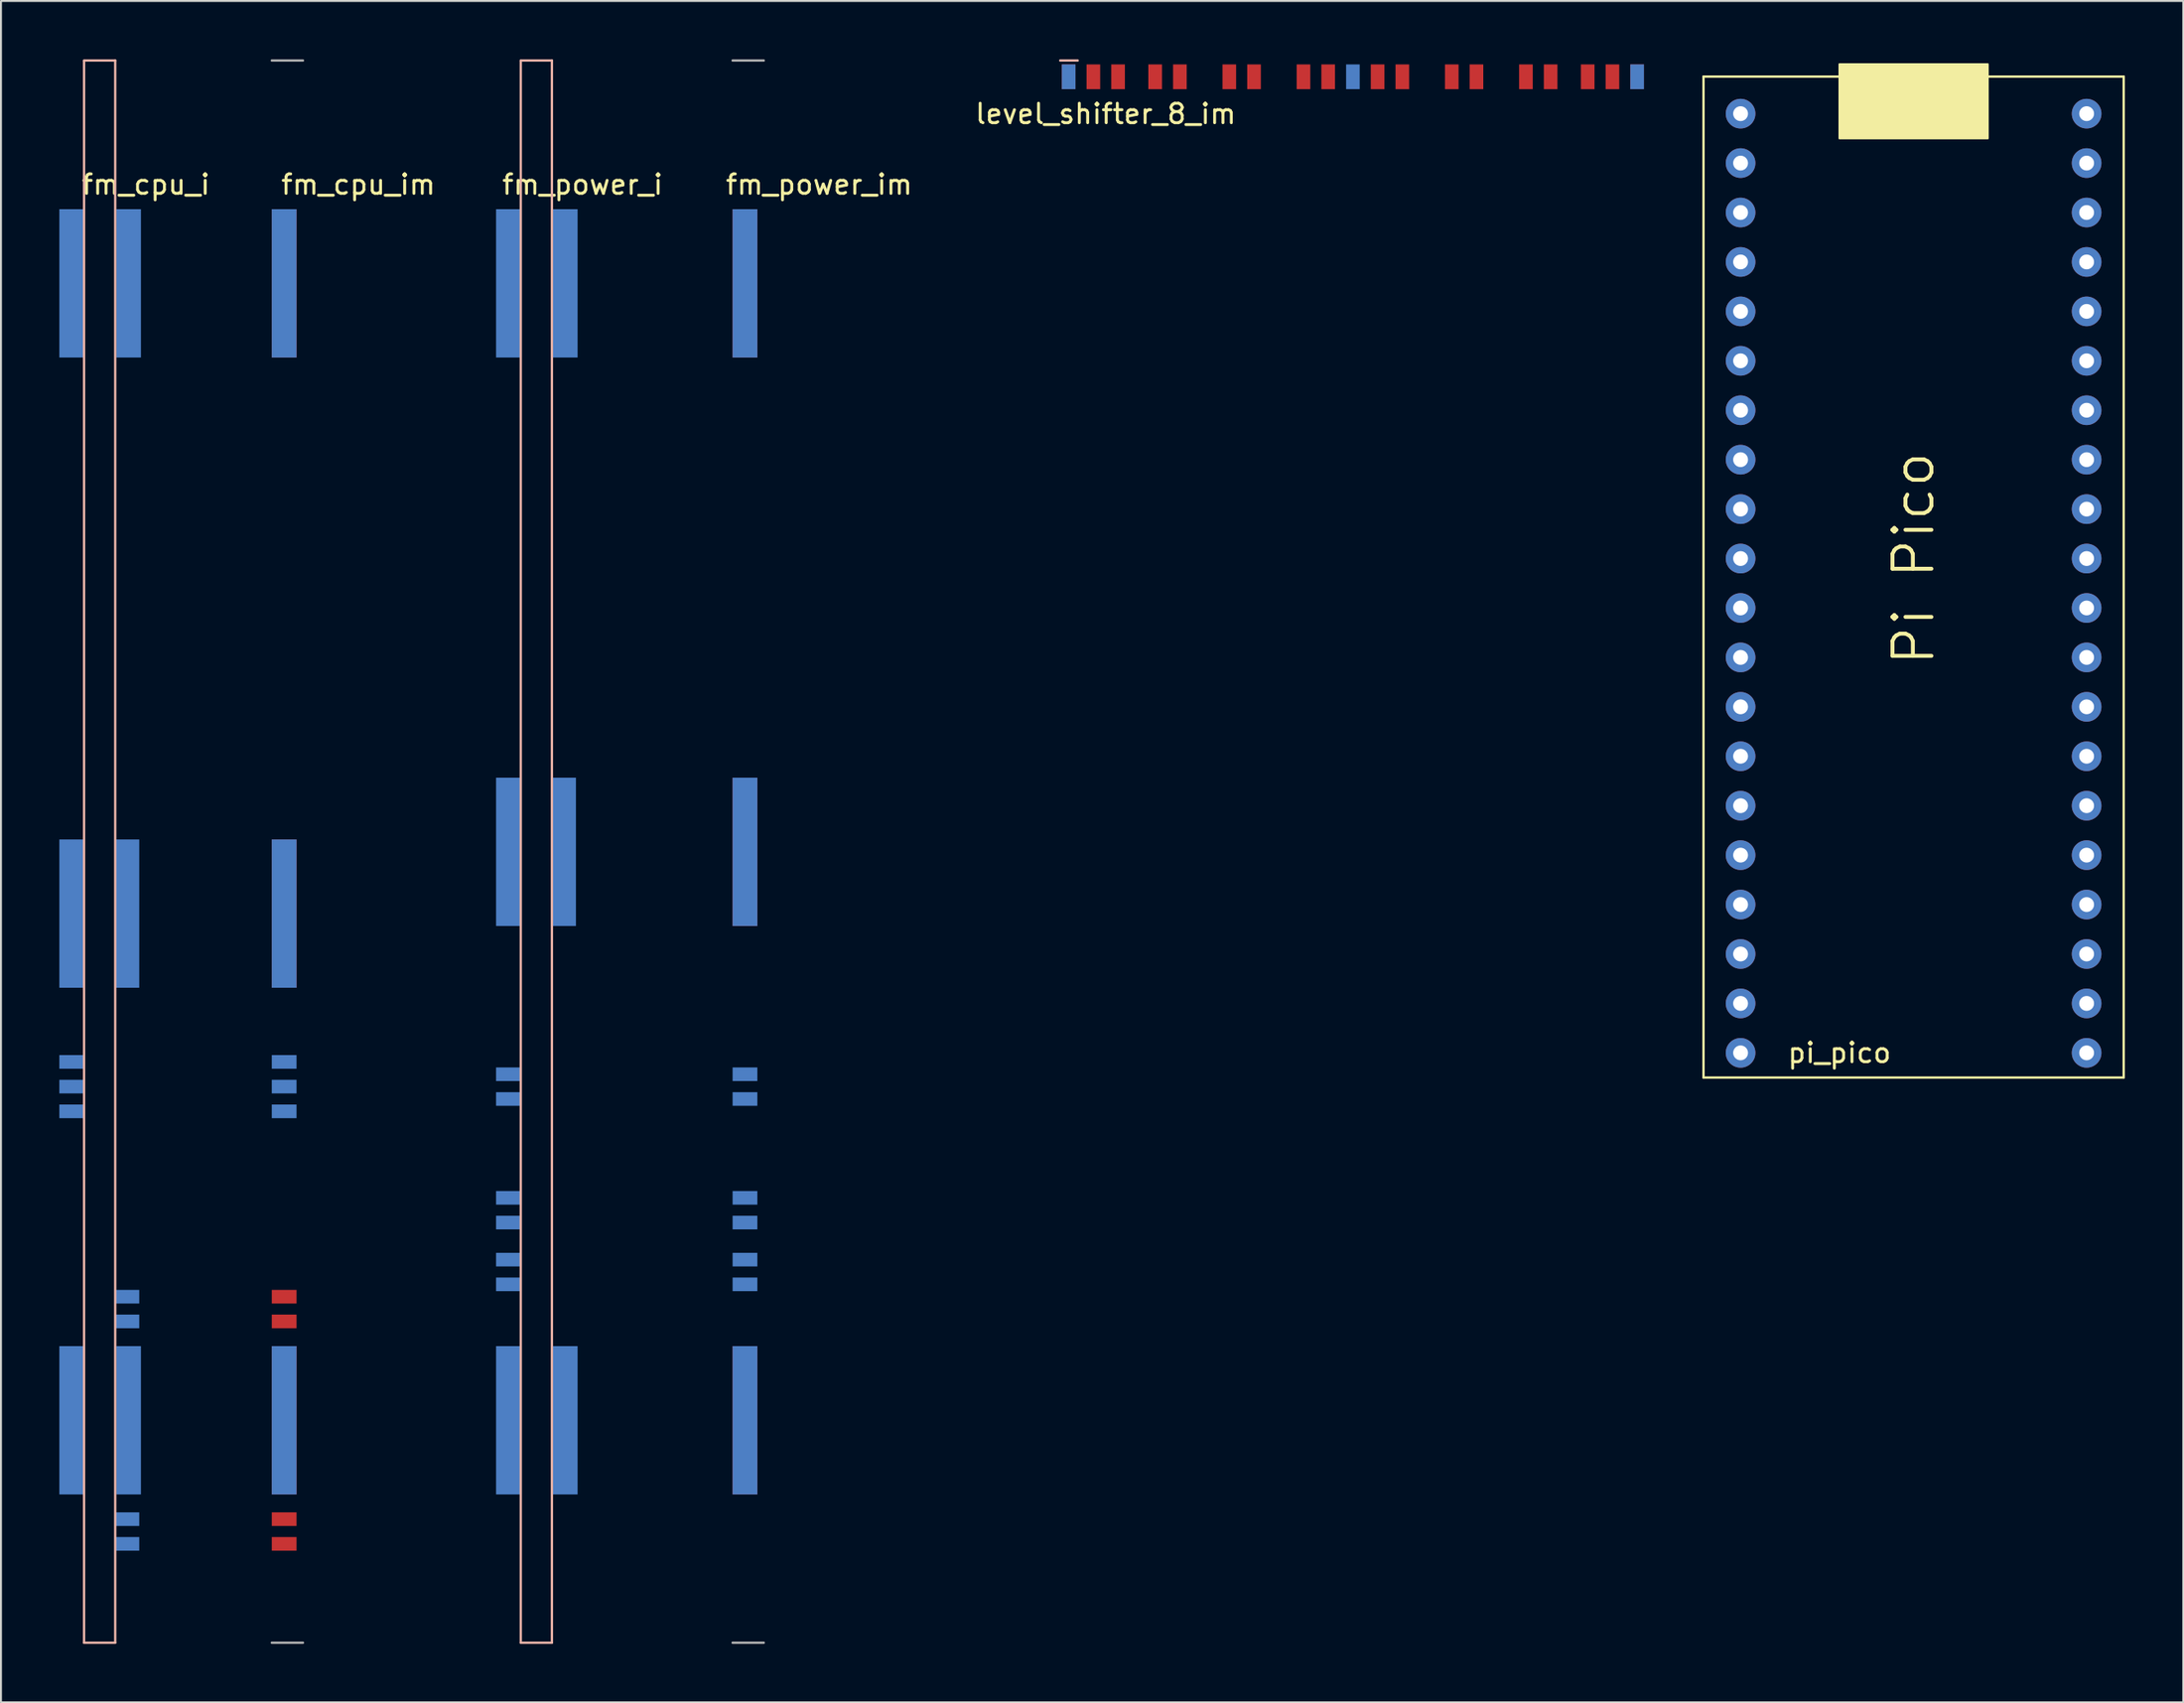
<source format=kicad_pcb>
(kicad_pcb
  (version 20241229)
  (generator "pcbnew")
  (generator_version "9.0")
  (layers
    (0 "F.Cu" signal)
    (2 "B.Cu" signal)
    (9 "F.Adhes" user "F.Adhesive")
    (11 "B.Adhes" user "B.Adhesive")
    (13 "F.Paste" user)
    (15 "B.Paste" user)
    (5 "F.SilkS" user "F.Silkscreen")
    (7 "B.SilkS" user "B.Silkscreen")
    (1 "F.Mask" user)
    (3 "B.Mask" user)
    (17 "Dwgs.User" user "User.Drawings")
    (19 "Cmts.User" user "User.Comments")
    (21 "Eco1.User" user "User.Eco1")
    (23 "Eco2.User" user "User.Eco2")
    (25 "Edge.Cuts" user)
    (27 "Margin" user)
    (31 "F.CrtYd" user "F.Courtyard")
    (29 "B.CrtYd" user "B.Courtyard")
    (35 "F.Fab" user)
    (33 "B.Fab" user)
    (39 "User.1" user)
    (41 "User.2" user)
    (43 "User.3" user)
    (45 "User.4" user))
  (footprint "pi_pico"
    (layer "F.Cu")
    (at 91.464 0.25)
    (property "Reference" "pi_pico" (at 0 50.8 0) (layer "F.SilkS") (effects (font (size 1 1) (thickness 0.15))))
    (attr through_hole)
    (fp_line (start -6.985 0.635) (end -6.985 52.07) (stroke (width 0.12) (type solid)) (layer "F.SilkS"))
    (fp_line (start -6.985 52.07) (end 14.605 52.07) (stroke (width 0.12) (type solid)) (layer "F.SilkS"))
    (fp_line (start 14.605 0.635) (end -6.985 0.635) (stroke (width 0.12) (type solid)) (layer "F.SilkS"))
    (fp_line (start 14.605 52.07) (end 14.605 0.635) (stroke (width 0.12) (type solid)) (layer "F.SilkS"))
    (fp_poly (pts (xy 7.62 3.81) (xy 0 3.81) (xy 0 0) (xy 7.62 0)) (stroke (width 0.1) (type solid)) (fill yes) (layer "F.SilkS"))
    (fp_text user "Pi Pico" (at 3.81 25.4 90) (layer "F.SilkS") (effects (font (size 2 2) (thickness 0.2))))
    (pad "1" thru_hole circle (at -5.08 2.54) (size 1.524 1.524) (drill 0.762) (layers "*.Cu" "*.Mask"))
    (pad "2" thru_hole circle (at -5.08 5.08) (size 1.524 1.524) (drill 0.762) (layers "*.Cu" "*.Mask"))
    (pad "3" thru_hole circle (at -5.08 7.62) (size 1.524 1.524) (drill 0.762) (layers "*.Cu" "*.Mask"))
    (pad "4" thru_hole circle (at -5.08 10.16) (size 1.524 1.524) (drill 0.762) (layers "*.Cu" "*.Mask"))
    (pad "5" thru_hole circle (at -5.08 12.7) (size 1.524 1.524) (drill 0.762) (layers "*.Cu" "*.Mask"))
    (pad "6" thru_hole circle (at -5.08 15.24) (size 1.524 1.524) (drill 0.762) (layers "*.Cu" "*.Mask"))
    (pad "7" thru_hole circle (at -5.08 17.78) (size 1.524 1.524) (drill 0.762) (layers "*.Cu" "*.Mask"))
    (pad "8" thru_hole circle (at -5.08 20.32) (size 1.524 1.524) (drill 0.762) (layers "*.Cu" "*.Mask"))
    (pad "9" thru_hole circle (at -5.08 22.86) (size 1.524 1.524) (drill 0.762) (layers "*.Cu" "*.Mask"))
    (pad "10" thru_hole circle (at -5.08 25.4) (size 1.524 1.524) (drill 0.762) (layers "*.Cu" "*.Mask"))
    (pad "11" thru_hole circle (at -5.08 27.94) (size 1.524 1.524) (drill 0.762) (layers "*.Cu" "*.Mask"))
    (pad "12" thru_hole circle (at -5.08 30.48) (size 1.524 1.524) (drill 0.762) (layers "*.Cu" "*.Mask"))
    (pad "13" thru_hole circle (at -5.08 33.02) (size 1.524 1.524) (drill 0.762) (layers "*.Cu" "*.Mask"))
    (pad "14" thru_hole circle (at -5.08 35.56) (size 1.524 1.524) (drill 0.762) (layers "*.Cu" "*.Mask"))
    (pad "15" thru_hole circle (at -5.08 38.1) (size 1.524 1.524) (drill 0.762) (layers "*.Cu" "*.Mask"))
    (pad "16" thru_hole circle (at -5.08 40.64) (size 1.524 1.524) (drill 0.762) (layers "*.Cu" "*.Mask"))
    (pad "17" thru_hole circle (at -5.08 43.18) (size 1.524 1.524) (drill 0.762) (layers "*.Cu" "*.Mask"))
    (pad "18" thru_hole circle (at -5.08 45.72) (size 1.524 1.524) (drill 0.762) (layers "*.Cu" "*.Mask"))
    (pad "19" thru_hole circle (at -5.08 48.26) (size 1.524 1.524) (drill 0.762) (layers "*.Cu" "*.Mask"))
    (pad "20" thru_hole circle (at -5.08 50.8) (size 1.524 1.524) (drill 0.762) (layers "*.Cu" "*.Mask"))
    (pad "21" thru_hole circle (at 12.7 50.8) (size 1.524 1.524) (drill 0.762) (layers "*.Cu" "*.Mask"))
    (pad "22" thru_hole circle (at 12.7 48.26) (size 1.524 1.524) (drill 0.762) (layers "*.Cu" "*.Mask"))
    (pad "23" thru_hole circle (at 12.7 45.72) (size 1.524 1.524) (drill 0.762) (layers "*.Cu" "*.Mask"))
    (pad "24" thru_hole circle (at 12.7 43.18) (size 1.524 1.524) (drill 0.762) (layers "*.Cu" "*.Mask"))
    (pad "25" thru_hole circle (at 12.7 40.64) (size 1.524 1.524) (drill 0.762) (layers "*.Cu" "*.Mask"))
    (pad "26" thru_hole circle (at 12.7 38.1) (size 1.524 1.524) (drill 0.762) (layers "*.Cu" "*.Mask"))
    (pad "27" thru_hole circle (at 12.7 35.56) (size 1.524 1.524) (drill 0.762) (layers "*.Cu" "*.Mask"))
    (pad "28" thru_hole circle (at 12.7 33.02) (size 1.524 1.524) (drill 0.762) (layers "*.Cu" "*.Mask"))
    (pad "29" thru_hole circle (at 12.7 30.48) (size 1.524 1.524) (drill 0.762) (layers "*.Cu" "*.Mask"))
    (pad "30" thru_hole circle (at 12.7 27.94) (size 1.524 1.524) (drill 0.762) (layers "*.Cu" "*.Mask"))
    (pad "31" thru_hole circle (at 12.7 25.4) (size 1.524 1.524) (drill 0.762) (layers "*.Cu" "*.Mask"))
    (pad "32" thru_hole circle (at 12.7 22.86) (size 1.524 1.524) (drill 0.762) (layers "*.Cu" "*.Mask"))
    (pad "33" thru_hole circle (at 12.7 20.32) (size 1.524 1.524) (drill 0.762) (layers "*.Cu" "*.Mask"))
    (pad "34" thru_hole circle (at 12.7 17.78) (size 1.524 1.524) (drill 0.762) (layers "*.Cu" "*.Mask"))
    (pad "35" thru_hole circle (at 12.7 15.24) (size 1.524 1.524) (drill 0.762) (layers "*.Cu" "*.Mask"))
    (pad "36" thru_hole circle (at 12.7 12.7) (size 1.524 1.524) (drill 0.762) (layers "*.Cu" "*.Mask"))
    (pad "37" thru_hole circle (at 12.7 10.16) (size 1.524 1.524) (drill 0.762) (layers "*.Cu" "*.Mask"))
    (pad "38" thru_hole circle (at 12.7 7.62) (size 1.524 1.524) (drill 0.762) (layers "*.Cu" "*.Mask"))
    (pad "39" thru_hole circle (at 12.7 5.08) (size 1.524 1.524) (drill 0.762) (layers "*.Cu" "*.Mask"))
    (pad "40" thru_hole circle (at 12.7 2.54) (size 1.524 1.524) (drill 0.762) (layers "*.Cu" "*.Mask")))
  (footprint "fm_power_i"
    (layer "F.Cu")
    (at 25.613 12.145)
    (property "Reference" "fm_power_i" (at 1.27 -5.715 0) (layer "F.SilkS") (effects (font (size 1 1) (thickness 0.15))))
    (attr through_hole)
    (fp_line (start -1.905 -12.085) (end -0.305 -12.085) (stroke (width 0.12) (type solid)) (layer "B.SilkS"))
    (fp_line (start -1.905 -12.065) (end -1.905 69.215) (stroke (width 0.12) (type solid)) (layer "B.SilkS"))
    (fp_line (start -1.905 69.215) (end -0.305 69.215) (stroke (width 0.12) (type solid)) (layer "B.SilkS"))
    (fp_line (start -0.305 -12.085) (end -0.305 69.215) (stroke (width 0.12) (type solid)) (layer "B.SilkS"))
    (pad "1" smd rect (at -2.54 49.53) (size 1.27 0.7) (layers "B.Cu" "B.Mask" "B.Paste"))
    (pad "1" smd rect (at -2.54 50.8) (size 1.27 0.7) (layers "B.Cu" "B.Mask" "B.Paste"))
    (pad "2" smd rect (at -2.54 46.355) (size 1.27 0.7) (layers "B.Cu" "B.Mask" "B.Paste"))
    (pad "2" smd rect (at -2.54 47.625) (size 1.27 0.7) (layers "B.Cu" "B.Mask" "B.Paste"))
    (pad "3" smd rect (at -2.54 41.275) (size 1.27 0.7) (layers "B.Cu" "B.Mask" "B.Paste"))
    (pad "4" smd rect (at -2.54 40.005) (size 1.27 0.7) (layers "B.Cu" "B.Mask" "B.Paste"))
    (pad "5" smd rect (at -2.54 -0.635) (size 1.27 7.62) (layers "B.Cu" "B.Mask" "B.Paste"))
    (pad "5" smd rect (at -2.54 28.575) (size 1.27 7.62) (layers "B.Cu" "B.Mask" "B.Paste"))
    (pad "5" smd rect (at -2.54 57.785) (size 1.27 7.62) (layers "B.Cu" "B.Mask" "B.Paste"))
    (pad "5" smd rect (at 0.295 28.575) (size 1.27 7.62) (layers "B.Cu" "B.Mask" "B.Paste"))
    (pad "5" smd rect (at 0.381 -0.635) (size 1.27 7.62) (layers "B.Cu" "B.Mask" "B.Paste"))
    (pad "5" smd rect (at 0.381 57.785) (size 1.27 7.62) (layers "B.Cu" "B.Mask" "B.Paste")))
  (footprint "fm_cpu_i"
    (layer "F.Cu")
    (at 3.175 12.145)
    (property "Reference" "fm_cpu_i" (at 1.27 -5.715 0) (layer "F.SilkS") (effects (font (size 1 1) (thickness 0.15))))
    (attr through_hole)
    (fp_line (start -1.905 -12.085) (end -0.305 -12.085) (stroke (width 0.12) (type solid)) (layer "B.SilkS"))
    (fp_line (start -1.905 -12.065) (end -1.905 69.215) (stroke (width 0.12) (type solid)) (layer "B.SilkS"))
    (fp_line (start -1.905 69.215) (end -0.305 69.215) (stroke (width 0.12) (type solid)) (layer "B.SilkS"))
    (fp_line (start -0.305 -12.085) (end -0.305 69.215) (stroke (width 0.12) (type solid)) (layer "B.SilkS"))
    (pad "1" smd rect (at -2.54 39.37) (size 1.27 0.7) (layers "B.Cu" "B.Mask" "B.Paste"))
    (pad "2" smd rect (at -2.54 40.64) (size 1.27 0.7) (layers "B.Cu" "B.Mask" "B.Paste"))
    (pad "3" smd rect (at -2.54 41.91) (size 1.27 0.7) (layers "B.Cu" "B.Mask" "B.Paste"))
    (pad "4" smd rect (at 0.295 51.435) (size 1.27 0.7) (layers "B.Cu" "B.Mask" "B.Paste"))
    (pad "5" smd rect (at 0.295 52.705) (size 1.27 0.7) (layers "B.Cu" "B.Mask" "B.Paste"))
    (pad "6" smd rect (at 0.295 62.865) (size 1.27 0.7) (layers "B.Cu" "B.Mask" "B.Paste"))
    (pad "7" smd rect (at 0.295 64.135) (size 1.27 0.7) (layers "B.Cu" "B.Mask" "B.Paste"))
    (pad "8" smd rect (at -2.54 -0.635) (size 1.27 7.62) (layers "B.Cu" "B.Mask" "B.Paste"))
    (pad "8" smd rect (at -2.54 31.75) (size 1.27 7.62) (layers "B.Cu" "B.Mask" "B.Paste"))
    (pad "8" smd rect (at -2.54 57.785) (size 1.27 7.62) (layers "B.Cu" "B.Mask" "B.Paste"))
    (pad "8" smd rect (at 0.295 31.75) (size 1.27 7.62) (layers "B.Cu" "B.Mask" "B.Paste"))
    (pad "8" smd rect (at 0.381 -0.635) (size 1.27 7.62) (layers "B.Cu" "B.Mask" "B.Paste"))
    (pad "8" smd rect (at 0.381 57.785) (size 1.27 7.62) (layers "B.Cu" "B.Mask" "B.Paste")))
  (footprint "fm_power_im"
    (layer "F.Cu")
    (at 37.768 12.145)
    (property "Reference" "fm_power_im" (at 1.27 -5.715 0) (layer "F.SilkS") (effects (font (size 1 1) (thickness 0.15))))
    (attr through_hole)
    (fp_line (start -3.175 -12.085) (end -1.575 -12.085) (stroke (width 0.12) (type solid)) (layer "F.Fab"))
    (fp_line (start -3.175 69.215) (end -1.575 69.215) (stroke (width 0.12) (type solid)) (layer "F.Fab"))
    (pad "1" smd rect (at -2.54 49.53) (size 1.27 0.7) (layers "B.Cu" "B.Mask" "B.Paste"))
    (pad "1" smd rect (at -2.54 50.8) (size 1.27 0.7) (layers "B.Cu" "B.Mask" "B.Paste"))
    (pad "2" smd rect (at -2.54 46.355) (size 1.27 0.7) (layers "B.Cu" "B.Mask" "B.Paste"))
    (pad "2" smd rect (at -2.54 47.625) (size 1.27 0.7) (layers "B.Cu" "B.Mask" "B.Paste"))
    (pad "3" smd rect (at -2.54 41.275) (size 1.27 0.7) (layers "B.Cu" "B.Mask" "B.Paste"))
    (pad "4" smd rect (at -2.54 40.005) (size 1.27 0.7) (layers "B.Cu" "B.Mask" "B.Paste"))
    (pad "5" smd rect (at -2.54 -0.635) (size 1.27 7.62) (layers "F.Cu" "F.Mask" "F.Paste"))
    (pad "5" smd rect (at -2.54 -0.635) (size 1.27 7.62) (layers "B.Cu" "B.Mask" "B.Paste"))
    (pad "5" smd rect (at -2.54 28.575) (size 1.27 7.62) (layers "F.Cu" "F.Mask" "F.Paste"))
    (pad "5" smd rect (at -2.54 28.575) (size 1.27 7.62) (layers "B.Cu" "B.Mask" "B.Paste"))
    (pad "5" smd rect (at -2.54 57.785) (size 1.27 7.62) (layers "F.Cu" "F.Mask" "F.Paste"))
    (pad "5" smd rect (at -2.54 57.785) (size 1.27 7.62) (layers "B.Cu" "B.Mask" "B.Paste")))
  (footprint "fm_cpu_im"
    (layer "F.Cu")
    (at 14.091 12.145)
    (property "Reference" "fm_cpu_im" (at 1.27 -5.715 0) (layer "F.SilkS") (effects (font (size 1 1) (thickness 0.15))))
    (attr through_hole)
    (fp_line (start -3.175 -12.085) (end -1.575 -12.085) (stroke (width 0.12) (type solid)) (layer "F.Fab"))
    (fp_line (start -3.175 69.215) (end -1.575 69.215) (stroke (width 0.12) (type solid)) (layer "F.Fab"))
    (pad "1" smd rect (at -2.54 39.37) (size 1.27 0.7) (layers "B.Cu" "B.Mask" "B.Paste"))
    (pad "2" smd rect (at -2.54 40.64) (size 1.27 0.7) (layers "B.Cu" "B.Mask" "B.Paste"))
    (pad "3" smd rect (at -2.54 41.91) (size 1.27 0.7) (layers "B.Cu" "B.Mask" "B.Paste"))
    (pad "4" smd rect (at -2.54 51.435) (size 1.27 0.7) (layers "F.Cu" "F.Mask" "F.Paste"))
    (pad "5" smd rect (at -2.54 52.705) (size 1.27 0.7) (layers "F.Cu" "F.Mask" "F.Paste"))
    (pad "6" smd rect (at -2.54 62.865) (size 1.27 0.7) (layers "F.Cu" "F.Mask" "F.Paste"))
    (pad "7" smd rect (at -2.54 64.135) (size 1.27 0.7) (layers "F.Cu" "F.Mask" "F.Paste"))
    (pad "8" smd rect (at -2.54 -0.635) (size 1.27 7.62) (layers "F.Cu" "F.Mask" "F.Paste"))
    (pad "8" smd rect (at -2.54 -0.635) (size 1.27 7.62) (layers "B.Cu" "B.Mask" "B.Paste"))
    (pad "8" smd rect (at -2.54 31.75) (size 1.27 7.62) (layers "F.Cu" "F.Mask" "F.Paste"))
    (pad "8" smd rect (at -2.54 31.75) (size 1.27 7.62) (layers "B.Cu" "B.Mask" "B.Paste"))
    (pad "8" smd rect (at -2.54 57.785) (size 1.27 7.62) (layers "F.Cu" "F.Mask" "F.Paste"))
    (pad "8" smd rect (at -2.54 57.785) (size 1.27 7.62) (layers "B.Cu" "B.Mask" "B.Paste")))
  (footprint "level_shifter_8_im"
    (layer "F.Cu")
    (at 51.859 0.895)
    (property "Reference" "level_shifter_8_im" (at 1.905 1.905 0) (layer "F.SilkS") (effects (font (size 1 1) (thickness 0.15))))
    (attr through_hole)
    (fp_line (start -0.435 -0.835) (end 0.465 -0.835) (stroke (width 0.12) (type solid)) (layer "B.SilkS"))
    (pad "1" smd rect (at 0 0) (size 0.7 1.27) (layers "F.Cu" "F.Mask" "F.Paste"))
    (pad "1" smd rect (at 29.21 0) (size 0.7 1.27) (layers "F.Cu" "F.Mask" "F.Paste"))
    (pad "2" smd rect (at 0 0) (size 0.7 1.27) (layers "B.Cu" "B.Mask" "B.Paste"))
    (pad "2" smd rect (at 29.21 0) (size 0.7 1.27) (layers "B.Cu" "B.Mask" "B.Paste"))
    (pad "3" smd rect (at 1.27 0) (size 0.7 1.27) (layers "F.Cu" "F.Mask" "F.Paste"))
    (pad "4" smd rect (at 2.54 0) (size 0.7 1.27) (layers "F.Cu" "F.Mask" "F.Paste"))
    (pad "5" smd rect (at 4.445 0) (size 0.7 1.27) (layers "F.Cu" "F.Mask" "F.Paste"))
    (pad "6" smd rect (at 5.715 0) (size 0.7 1.27) (layers "F.Cu" "F.Mask" "F.Paste"))
    (pad "7" smd rect (at 8.255 0) (size 0.7 1.27) (layers "F.Cu" "F.Mask" "F.Paste"))
    (pad "8" smd rect (at 9.525 0) (size 0.7 1.27) (layers "F.Cu" "F.Mask" "F.Paste"))
    (pad "9" smd rect (at 12.065 0) (size 0.7 1.27) (layers "F.Cu" "F.Mask" "F.Paste"))
    (pad "10" smd rect (at 13.335 0) (size 0.7 1.27) (layers "F.Cu" "F.Mask" "F.Paste"))
    (pad "11" smd rect (at 15.875 0) (size 0.7 1.27) (layers "F.Cu" "F.Mask" "F.Paste"))
    (pad "12" smd rect (at 17.145 0) (size 0.7 1.27) (layers "F.Cu" "F.Mask" "F.Paste"))
    (pad "13" smd rect (at 19.685 0) (size 0.7 1.27) (layers "F.Cu" "F.Mask" "F.Paste"))
    (pad "14" smd rect (at 20.955 0) (size 0.7 1.27) (layers "F.Cu" "F.Mask" "F.Paste"))
    (pad "15" smd rect (at 23.495 0) (size 0.7 1.27) (layers "F.Cu" "F.Mask" "F.Paste"))
    (pad "16" smd rect (at 24.765 0) (size 0.7 1.27) (layers "F.Cu" "F.Mask" "F.Paste"))
    (pad "17" smd rect (at 26.67 0) (size 0.7 1.27) (layers "F.Cu" "F.Mask" "F.Paste"))
    (pad "18" smd rect (at 27.94 0) (size 0.7 1.27) (layers "F.Cu" "F.Mask" "F.Paste"))
    (pad "19" smd rect (at 14.605 0) (size 0.7 1.27) (layers "B.Cu" "B.Mask" "B.Paste")))
  (gr_rect
    (start -3 -3)
    (end 109.129 84.42)
    (stroke (width 0.1) (type default))
    (fill no)
    (layer "Edge.Cuts")))
</source>
